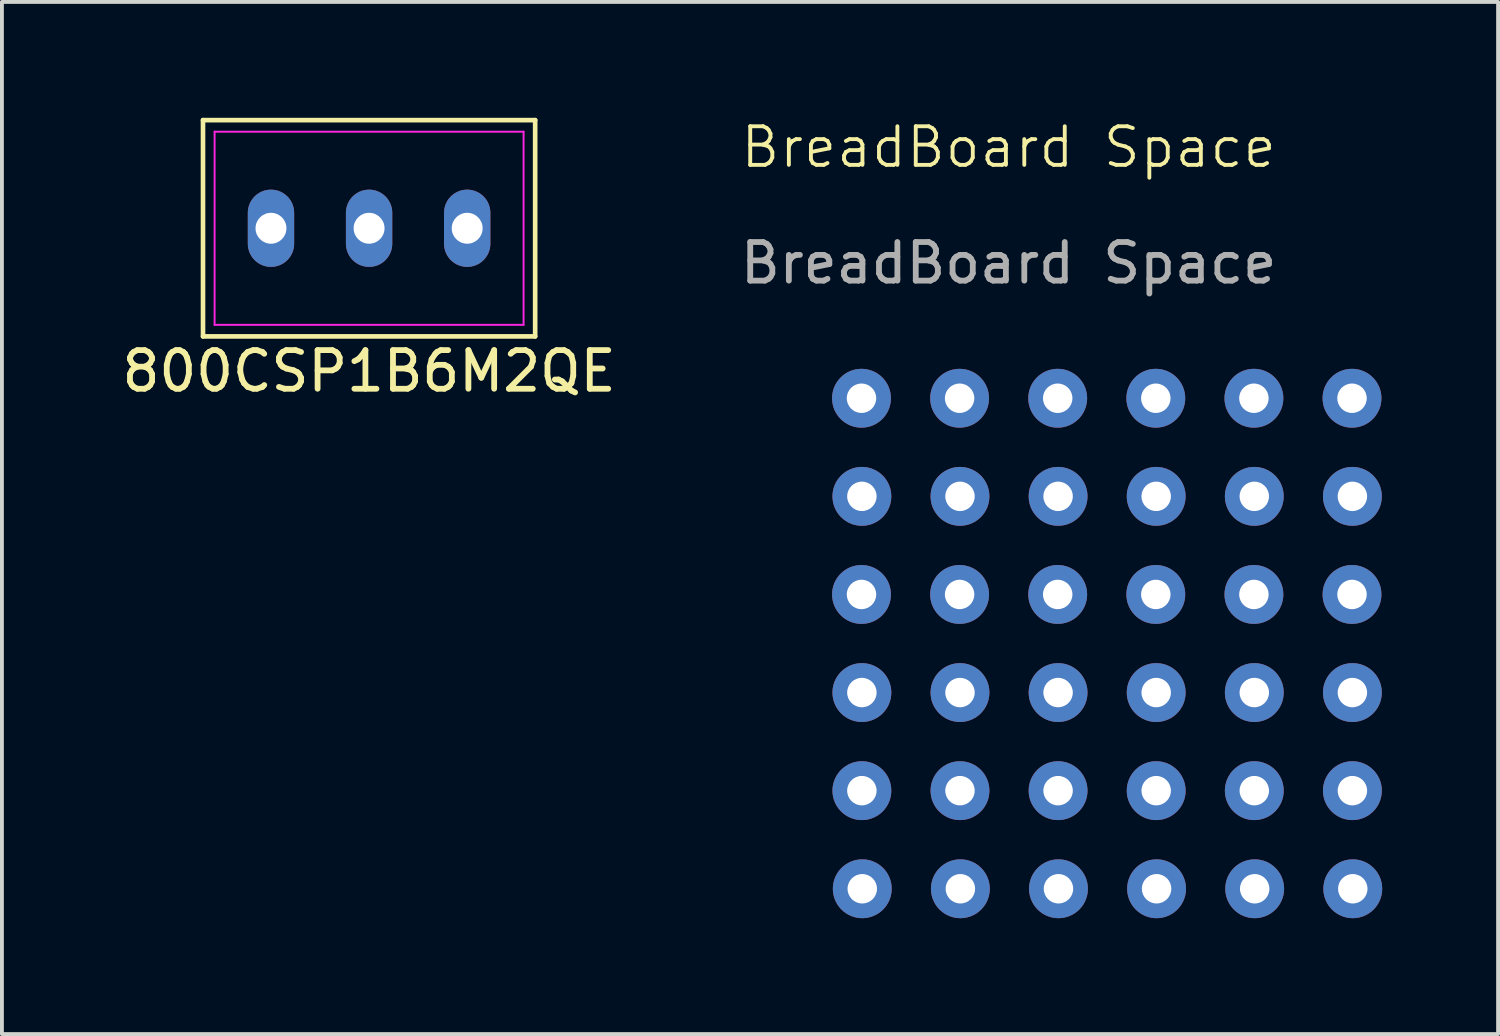
<source format=kicad_pcb>
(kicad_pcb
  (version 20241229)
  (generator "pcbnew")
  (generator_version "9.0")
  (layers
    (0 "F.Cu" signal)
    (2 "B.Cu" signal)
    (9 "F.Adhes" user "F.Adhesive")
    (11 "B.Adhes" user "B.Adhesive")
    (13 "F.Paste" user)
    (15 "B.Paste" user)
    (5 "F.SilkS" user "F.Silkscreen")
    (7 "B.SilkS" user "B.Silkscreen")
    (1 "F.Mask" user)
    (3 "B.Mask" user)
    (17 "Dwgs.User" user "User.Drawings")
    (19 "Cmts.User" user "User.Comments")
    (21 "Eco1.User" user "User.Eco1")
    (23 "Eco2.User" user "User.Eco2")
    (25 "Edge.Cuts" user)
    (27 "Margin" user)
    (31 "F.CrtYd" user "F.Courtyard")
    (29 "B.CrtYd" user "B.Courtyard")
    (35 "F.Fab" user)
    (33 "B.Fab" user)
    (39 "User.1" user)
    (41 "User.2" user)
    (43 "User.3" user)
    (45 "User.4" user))
  (footprint "800CSP1B6M2QE"
    (layer "F.Cu")
    (at 6.506 2.86)
    (property "Reference" "800CSP1B6M2QE" (at 0 3.7 0) (layer "F.SilkS") (effects (font (size 1 1) (thickness 0.15))))
    (attr through_hole)
    (fp_line (start -4.3 -2.8) (end 4.3 -2.8) (stroke (width 0.12) (type default)) (layer "F.SilkS"))
    (fp_line (start -4.3 2.8) (end -4.3 -2.8) (stroke (width 0.12) (type default)) (layer "F.SilkS"))
    (fp_line (start 4.3 -2.8) (end 4.3 2.8) (stroke (width 0.12) (type default)) (layer "F.SilkS"))
    (fp_line (start 4.3 2.8) (end -4.3 2.8) (stroke (width 0.12) (type default)) (layer "F.SilkS"))
    (fp_line (start -4 -2.5) (end 4 -2.5) (stroke (width 0.05) (type default)) (layer "F.CrtYd"))
    (fp_line (start -4 2.5) (end -4 -2.5) (stroke (width 0.05) (type default)) (layer "F.CrtYd"))
    (fp_line (start 4 -2.5) (end 4 2.5) (stroke (width 0.05) (type default)) (layer "F.CrtYd"))
    (fp_line (start 4 2.5) (end -4 2.5) (stroke (width 0.05) (type default)) (layer "F.CrtYd"))
    (pad "1" thru_hole oval (at -2.54 0) (size 1.2 2) (drill 0.8) (layers "*.Cu" "*.Mask"))
    (pad "2" thru_hole oval (at 0 0) (size 1.2 2) (drill 0.8) (layers "*.Cu" "*.Mask"))
    (pad "3" thru_hole oval (at 2.54 0) (size 1.2 2) (drill 0.8) (layers "*.Cu" "*.Mask")))
  (footprint "BreadBoard Space"
    (layer "F.Cu")
    (at 23.065 12.261)
    (property "Reference" "BreadBoard Space" (at 0 -11.5 0) (unlocked yes) (layer "F.SilkS") (effects (font (size 1 1) (thickness 0.1))))
    (attr through_hole)
    (fp_text user "${REFERENCE}" (at 0 -8.5 0) (unlocked yes) (layer "F.Fab") (effects (font (size 1 1) (thickness 0.15))))
    (pad "1" thru_hole circle (at 1.27 -5) (size 1.524 1.524) (drill 0.762) (layers "*.Cu" "*.Mask"))
    (pad "1" thru_hole circle (at 1.27 0.08) (size 1.524 1.524) (drill 0.762) (layers "*.Cu" "*.Mask"))
    (pad "1" thru_hole circle (at 1.28 -2.46) (size 1.524 1.524) (drill 0.762) (layers "*.Cu" "*.Mask"))
    (pad "1" thru_hole circle (at 1.28 2.62) (size 1.524 1.524) (drill 0.762) (layers "*.Cu" "*.Mask"))
    (pad "1" thru_hole circle (at 1.28 5.16) (size 1.524 1.524) (drill 0.762) (layers "*.Cu" "*.Mask"))
    (pad "1" thru_hole circle (at 1.29 7.7) (size 1.524 1.524) (drill 0.762) (layers "*.Cu" "*.Mask"))
    (pad "2" thru_hole circle (at 3.81 -5) (size 1.524 1.524) (drill 0.762) (layers "*.Cu" "*.Mask"))
    (pad "2" thru_hole circle (at 3.81 0.08) (size 1.524 1.524) (drill 0.762) (layers "*.Cu" "*.Mask"))
    (pad "2" thru_hole circle (at 3.82 -2.46) (size 1.524 1.524) (drill 0.762) (layers "*.Cu" "*.Mask"))
    (pad "2" thru_hole circle (at 3.82 2.62) (size 1.524 1.524) (drill 0.762) (layers "*.Cu" "*.Mask"))
    (pad "2" thru_hole circle (at 3.82 5.16) (size 1.524 1.524) (drill 0.762) (layers "*.Cu" "*.Mask"))
    (pad "2" thru_hole circle (at 3.83 7.7) (size 1.524 1.524) (drill 0.762) (layers "*.Cu" "*.Mask"))
    (pad "3" thru_hole circle (at 6.35 -5) (size 1.524 1.524) (drill 0.762) (layers "*.Cu" "*.Mask"))
    (pad "3" thru_hole circle (at 6.35 0.08) (size 1.524 1.524) (drill 0.762) (layers "*.Cu" "*.Mask"))
    (pad "3" thru_hole circle (at 6.36 -2.46) (size 1.524 1.524) (drill 0.762) (layers "*.Cu" "*.Mask"))
    (pad "3" thru_hole circle (at 6.36 2.62) (size 1.524 1.524) (drill 0.762) (layers "*.Cu" "*.Mask"))
    (pad "3" thru_hole circle (at 6.36 5.16) (size 1.524 1.524) (drill 0.762) (layers "*.Cu" "*.Mask"))
    (pad "3" thru_hole circle (at 6.37 7.7) (size 1.524 1.524) (drill 0.762) (layers "*.Cu" "*.Mask"))
    (pad "4" thru_hole circle (at -1.27 -5) (size 1.524 1.524) (drill 0.762) (layers "*.Cu" "*.Mask"))
    (pad "4" thru_hole circle (at -1.27 0.08) (size 1.524 1.524) (drill 0.762) (layers "*.Cu" "*.Mask"))
    (pad "4" thru_hole circle (at -1.26 -2.46) (size 1.524 1.524) (drill 0.762) (layers "*.Cu" "*.Mask"))
    (pad "4" thru_hole circle (at -1.26 2.62) (size 1.524 1.524) (drill 0.762) (layers "*.Cu" "*.Mask"))
    (pad "4" thru_hole circle (at -1.26 5.16) (size 1.524 1.524) (drill 0.762) (layers "*.Cu" "*.Mask"))
    (pad "4" thru_hole circle (at -1.25 7.7) (size 1.524 1.524) (drill 0.762) (layers "*.Cu" "*.Mask"))
    (pad "5" thru_hole circle (at 8.89 -5) (size 1.524 1.524) (drill 0.762) (layers "*.Cu" "*.Mask"))
    (pad "5" thru_hole circle (at 8.89 0.08) (size 1.524 1.524) (drill 0.762) (layers "*.Cu" "*.Mask"))
    (pad "5" thru_hole circle (at 8.9 -2.46) (size 1.524 1.524) (drill 0.762) (layers "*.Cu" "*.Mask"))
    (pad "5" thru_hole circle (at 8.9 2.62) (size 1.524 1.524) (drill 0.762) (layers "*.Cu" "*.Mask"))
    (pad "5" thru_hole circle (at 8.9 5.16) (size 1.524 1.524) (drill 0.762) (layers "*.Cu" "*.Mask"))
    (pad "5" thru_hole circle (at 8.91 7.7) (size 1.524 1.524) (drill 0.762) (layers "*.Cu" "*.Mask"))
    (pad "6" thru_hole circle (at -3.81 -5) (size 1.524 1.524) (drill 0.762) (layers "*.Cu" "*.Mask"))
    (pad "6" thru_hole circle (at -3.81 0.08) (size 1.524 1.524) (drill 0.762) (layers "*.Cu" "*.Mask"))
    (pad "6" thru_hole circle (at -3.8 -2.46) (size 1.524 1.524) (drill 0.762) (layers "*.Cu" "*.Mask"))
    (pad "6" thru_hole circle (at -3.8 2.62) (size 1.524 1.524) (drill 0.762) (layers "*.Cu" "*.Mask"))
    (pad "6" thru_hole circle (at -3.8 5.16) (size 1.524 1.524) (drill 0.762) (layers "*.Cu" "*.Mask"))
    (pad "6" thru_hole circle (at -3.79 7.7) (size 1.524 1.524) (drill 0.762) (layers "*.Cu" "*.Mask")))
  (gr_rect
    (start -3 -3)
    (end 35.737 23.723)
    (stroke (width 0.1) (type default))
    (fill no)
    (layer "Edge.Cuts")))
</source>
